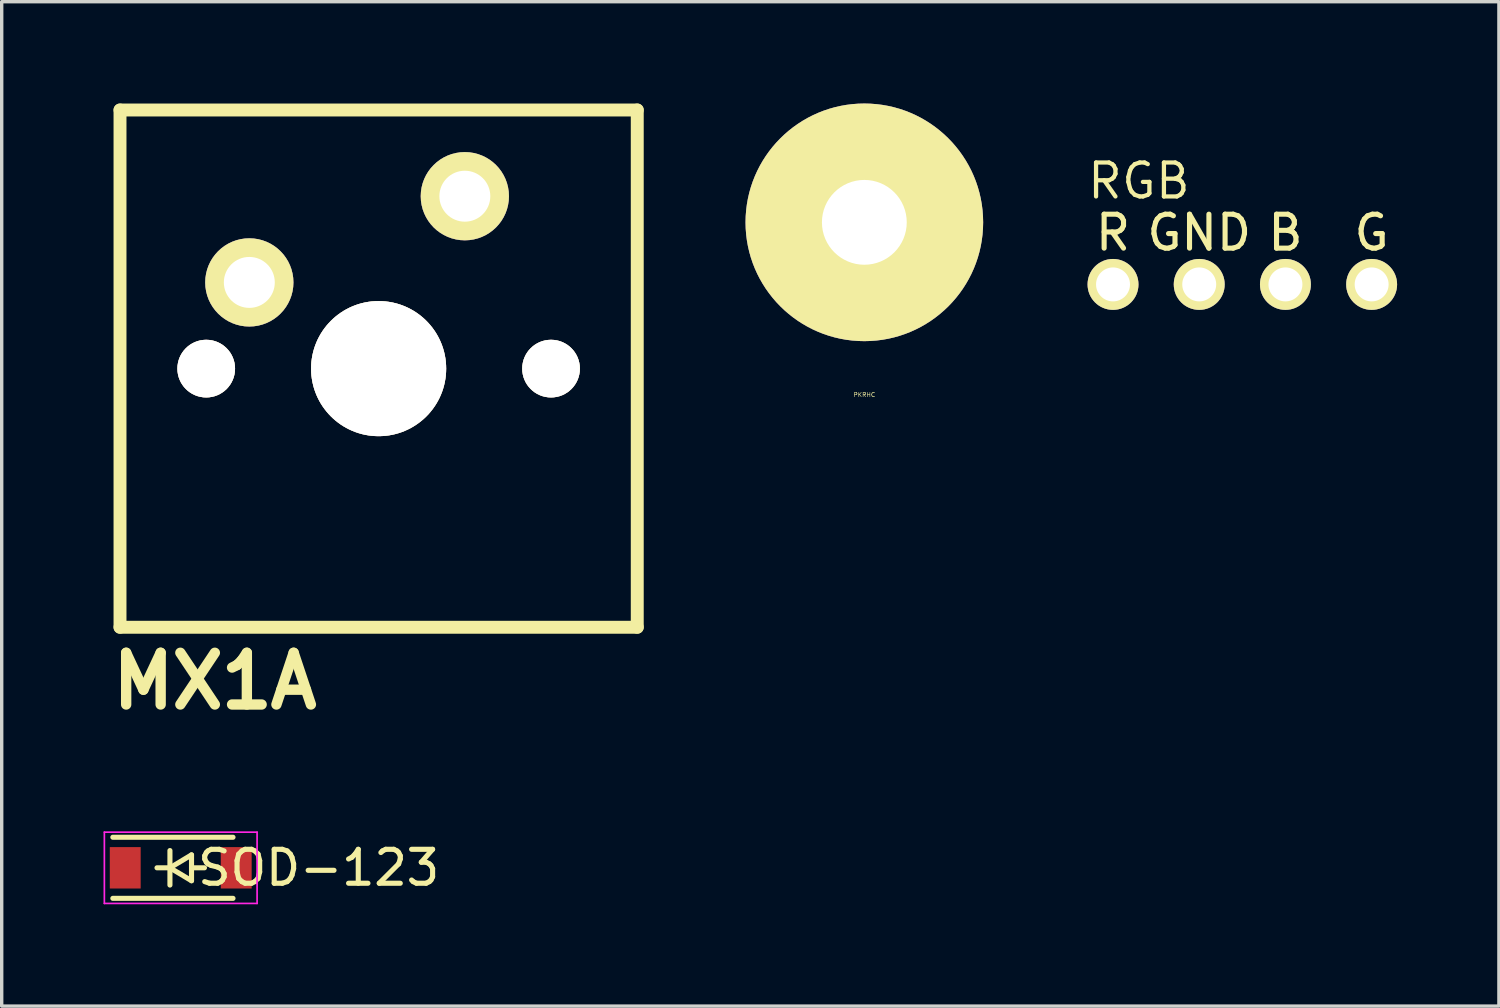
<source format=kicad_pcb>
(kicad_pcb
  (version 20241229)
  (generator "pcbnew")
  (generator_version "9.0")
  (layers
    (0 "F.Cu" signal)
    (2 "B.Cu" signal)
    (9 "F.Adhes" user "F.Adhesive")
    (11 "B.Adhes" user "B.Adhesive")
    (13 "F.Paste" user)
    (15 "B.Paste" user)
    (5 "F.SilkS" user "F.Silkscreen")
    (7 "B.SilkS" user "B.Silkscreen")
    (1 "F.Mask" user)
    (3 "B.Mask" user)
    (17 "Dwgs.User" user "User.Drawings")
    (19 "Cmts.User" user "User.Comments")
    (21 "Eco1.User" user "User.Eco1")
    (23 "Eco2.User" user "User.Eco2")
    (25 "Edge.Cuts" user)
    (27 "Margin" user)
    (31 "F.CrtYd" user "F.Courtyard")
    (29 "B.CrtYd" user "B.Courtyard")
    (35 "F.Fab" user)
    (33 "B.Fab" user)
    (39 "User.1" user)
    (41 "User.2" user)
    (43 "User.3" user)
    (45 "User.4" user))
  (footprint "MX1A"
    (layer "F.Cu")
    (at 8.106 7.811)
    (property "Reference" "MX1A" (at -4.826 9.207 0) (layer "F.SilkS") (effects (font (size 1.524 1.524) (thickness 0.305))))
    (attr through_hole)
    (fp_line (start -7.62 -7.62) (end 7.62 -7.62) (stroke (width 0.381) (type solid)) (layer "F.SilkS"))
    (fp_line (start -7.62 7.62) (end -7.62 -7.62) (stroke (width 0.381) (type solid)) (layer "F.SilkS"))
    (fp_line (start 7.62 -7.62) (end 7.62 7.62) (stroke (width 0.381) (type solid)) (layer "F.SilkS"))
    (fp_line (start 7.62 7.62) (end -7.62 7.62) (stroke (width 0.381) (type solid)) (layer "F.SilkS"))
    (pad "" thru_hole circle (at -5.08 0) (size 1.699 1.699) (drill 1.699) (layers "*.Cu" "*.Mask" "F.SilkS"))
    (pad "" thru_hole circle (at 5.08 0) (size 1.699 1.699) (drill 1.699) (layers "*.Cu" "*.Mask" "F.SilkS"))
    (pad "0" thru_hole circle (at 0 0) (size 3.98 3.98) (drill 3.98) (layers "*.Cu" "*.Mask" "F.SilkS"))
    (pad "1" thru_hole circle (at -3.81 -2.54) (size 2.6 2.6) (drill 1.501) (layers "*.Cu" "*.Mask" "F.SilkS"))
    (pad "2" thru_hole circle (at 2.54 -5.08) (size 2.6 2.6) (drill 1.501) (layers "*.Cu" "*.Mask" "F.SilkS")))
  (footprint "RGB"
    (layer "F.Cu")
    (at 33.554 0.25)
    (property "Reference" "RGB" (at -3.048 2.032 0) (layer "F.SilkS") (effects (font (size 1 1) (thickness 0.125))))
    (attr through_hole)
    (fp_text user "B" (at 1.27 3.556 0) (layer "F.SilkS") (effects (font (size 1 1) (thickness 0.15))))
    (fp_text user "GND" (at -1.27 3.556 0) (layer "F.SilkS") (effects (font (size 1 1) (thickness 0.15))))
    (fp_text user "G" (at 3.81 3.556 0) (layer "F.SilkS") (effects (font (size 1 1) (thickness 0.15))))
    (fp_text user "R" (at -3.81 3.556 0) (layer "F.SilkS") (effects (font (size 1 1) (thickness 0.15))))
    (pad "1" thru_hole circle (at -1.27 5.08) (size 1.5 1.5) (drill 1) (layers "*.Cu" "*.Mask" "F.SilkS"))
    (pad "2" thru_hole circle (at -3.81 5.08) (size 1.5 1.5) (drill 1) (layers "*.Cu" "*.Mask" "F.SilkS"))
    (pad "3" thru_hole circle (at 3.81 5.08) (size 1.5 1.5) (drill 1) (layers "*.Cu" "*.Mask" "F.SilkS"))
    (pad "4" thru_hole circle (at 1.27 5.08) (size 1.5 1.5) (drill 1) (layers "*.Cu" "*.Mask" "F.SilkS")))
  (footprint "PKRHC"
    (layer "F.Cu")
    (at 22.417 3.501)
    (property "Reference" "PKRHC" (at 0 5.08 0) (layer "F.SilkS") (effects (font (size 0.127 0.127) (thickness 0.000001))))
    (attr through_hole)
    (pad "1" thru_hole circle (at 0 0) (size 7.001 7.001) (drill 2.499) (layers "*.Cu" "*.Mask" "F.SilkS")))
  (footprint "SOD-123"
    (layer "F.Cu")
    (at 2.275 22.519)
    (property "Reference" "SOD-123" (at 4.064 0 0) (layer "F.SilkS") (effects (font (size 1 1) (thickness 0.15))))
    (attr smd)
    (fp_line (start -2 -0.9) (end 1.54 -0.9) (stroke (width 0.15) (type solid)) (layer "F.SilkS"))
    (fp_line (start -2 0.9) (end 1.54 0.9) (stroke (width 0.15) (type solid)) (layer "F.SilkS"))
    (fp_line (start -0.699 0) (end -0.318 0) (stroke (width 0.15) (type solid)) (layer "F.SilkS"))
    (fp_line (start -0.318 -0.508) (end -0.318 0.508) (stroke (width 0.15) (type solid)) (layer "F.SilkS"))
    (fp_line (start -0.318 0) (end 0.318 -0.381) (stroke (width 0.15) (type solid)) (layer "F.SilkS"))
    (fp_line (start 0.318 -0.381) (end 0.318 0.381) (stroke (width 0.15) (type solid)) (layer "F.SilkS"))
    (fp_line (start 0.318 0) (end 0.699 0) (stroke (width 0.15) (type solid)) (layer "F.SilkS"))
    (fp_line (start 0.318 0.381) (end -0.318 0) (stroke (width 0.15) (type solid)) (layer "F.SilkS"))
    (fp_line (start -2.25 -1.05) (end -2.25 1.05) (stroke (width 0.05) (type solid)) (layer "F.CrtYd"))
    (fp_line (start -2.25 -1.05) (end 2.25 -1.05) (stroke (width 0.05) (type solid)) (layer "F.CrtYd"))
    (fp_line (start 2.25 -1.05) (end 2.25 1.05) (stroke (width 0.05) (type solid)) (layer "F.CrtYd"))
    (fp_line (start 2.25 1.05) (end -2.25 1.05) (stroke (width 0.05) (type solid)) (layer "F.CrtYd"))
    (pad "1" smd rect (at -1.635 0) (size 0.91 1.22) (layers "F.Cu" "F.Mask" "F.Paste"))
    (pad "2" smd rect (at 1.635 0) (size 0.91 1.22) (layers "F.Cu" "F.Mask" "F.Paste")))
  (gr_rect
    (start -3 -3)
    (end 41.114 26.594)
    (stroke (width 0.1) (type default))
    (fill no)
    (layer "Edge.Cuts")))
</source>
